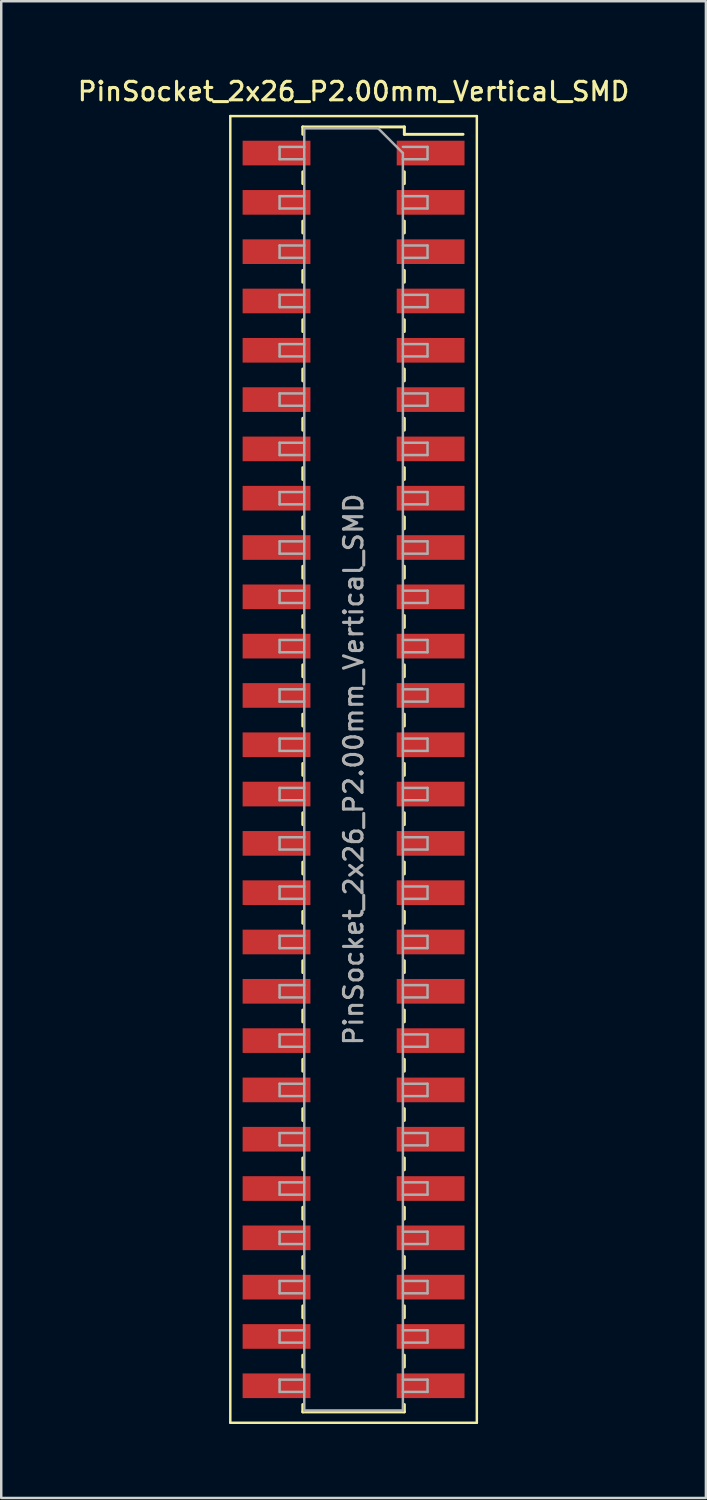
<source format=kicad_pcb>
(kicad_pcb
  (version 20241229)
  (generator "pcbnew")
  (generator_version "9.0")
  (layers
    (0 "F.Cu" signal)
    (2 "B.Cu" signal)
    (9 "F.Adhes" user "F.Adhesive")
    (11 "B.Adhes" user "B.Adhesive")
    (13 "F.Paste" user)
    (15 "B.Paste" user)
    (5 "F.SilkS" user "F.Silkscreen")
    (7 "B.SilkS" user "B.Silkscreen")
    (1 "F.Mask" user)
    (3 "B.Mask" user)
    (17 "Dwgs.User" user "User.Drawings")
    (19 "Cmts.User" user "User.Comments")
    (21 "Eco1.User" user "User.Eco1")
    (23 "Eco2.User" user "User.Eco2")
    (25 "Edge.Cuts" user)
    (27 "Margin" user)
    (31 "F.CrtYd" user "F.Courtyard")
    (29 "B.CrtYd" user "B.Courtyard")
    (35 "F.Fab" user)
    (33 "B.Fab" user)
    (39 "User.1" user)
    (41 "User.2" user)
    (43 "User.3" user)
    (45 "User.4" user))
  (footprint "PinSocket_2x26_P2.00mm_Vertical_SMD"
    (layer "F.Cu")
    (at 11.291 28.158)
    (property "Reference" "PinSocket_2x26_P2.00mm_Vertical_SMD" (at 0 -27.5 0) (layer "F.SilkS") (effects (font (size 0.75 0.75) (thickness 0.125))))
    (attr smd)
    (fp_line (start -5 -26.5) (end 5 -26.5) (stroke (width 0.1) (type solid)) (layer "F.SilkS"))
    (fp_line (start -5 26.5) (end -5 -26.5) (stroke (width 0.1) (type solid)) (layer "F.SilkS"))
    (fp_line (start -2.06 -26.06) (end -2.06 -25.76) (stroke (width 0.12) (type solid)) (layer "F.SilkS"))
    (fp_line (start -2.06 -26.06) (end 2.06 -26.06) (stroke (width 0.12) (type solid)) (layer "F.SilkS"))
    (fp_line (start -2.06 -24.24) (end -2.06 -23.76) (stroke (width 0.12) (type solid)) (layer "F.SilkS"))
    (fp_line (start -2.06 -22.24) (end -2.06 -21.76) (stroke (width 0.12) (type solid)) (layer "F.SilkS"))
    (fp_line (start -2.06 -20.24) (end -2.06 -19.76) (stroke (width 0.12) (type solid)) (layer "F.SilkS"))
    (fp_line (start -2.06 -18.24) (end -2.06 -17.76) (stroke (width 0.12) (type solid)) (layer "F.SilkS"))
    (fp_line (start -2.06 -16.24) (end -2.06 -15.76) (stroke (width 0.12) (type solid)) (layer "F.SilkS"))
    (fp_line (start -2.06 -14.24) (end -2.06 -13.76) (stroke (width 0.12) (type solid)) (layer "F.SilkS"))
    (fp_line (start -2.06 -12.24) (end -2.06 -11.76) (stroke (width 0.12) (type solid)) (layer "F.SilkS"))
    (fp_line (start -2.06 -10.24) (end -2.06 -9.76) (stroke (width 0.12) (type solid)) (layer "F.SilkS"))
    (fp_line (start -2.06 -8.24) (end -2.06 -7.76) (stroke (width 0.12) (type solid)) (layer "F.SilkS"))
    (fp_line (start -2.06 -6.24) (end -2.06 -5.76) (stroke (width 0.12) (type solid)) (layer "F.SilkS"))
    (fp_line (start -2.06 -4.24) (end -2.06 -3.76) (stroke (width 0.12) (type solid)) (layer "F.SilkS"))
    (fp_line (start -2.06 -2.24) (end -2.06 -1.76) (stroke (width 0.12) (type solid)) (layer "F.SilkS"))
    (fp_line (start -2.06 -0.24) (end -2.06 0.24) (stroke (width 0.12) (type solid)) (layer "F.SilkS"))
    (fp_line (start -2.06 1.76) (end -2.06 2.24) (stroke (width 0.12) (type solid)) (layer "F.SilkS"))
    (fp_line (start -2.06 3.76) (end -2.06 4.24) (stroke (width 0.12) (type solid)) (layer "F.SilkS"))
    (fp_line (start -2.06 5.76) (end -2.06 6.24) (stroke (width 0.12) (type solid)) (layer "F.SilkS"))
    (fp_line (start -2.06 7.76) (end -2.06 8.24) (stroke (width 0.12) (type solid)) (layer "F.SilkS"))
    (fp_line (start -2.06 9.76) (end -2.06 10.24) (stroke (width 0.12) (type solid)) (layer "F.SilkS"))
    (fp_line (start -2.06 11.76) (end -2.06 12.24) (stroke (width 0.12) (type solid)) (layer "F.SilkS"))
    (fp_line (start -2.06 13.76) (end -2.06 14.24) (stroke (width 0.12) (type solid)) (layer "F.SilkS"))
    (fp_line (start -2.06 15.76) (end -2.06 16.24) (stroke (width 0.12) (type solid)) (layer "F.SilkS"))
    (fp_line (start -2.06 17.76) (end -2.06 18.24) (stroke (width 0.12) (type solid)) (layer "F.SilkS"))
    (fp_line (start -2.06 19.76) (end -2.06 20.24) (stroke (width 0.12) (type solid)) (layer "F.SilkS"))
    (fp_line (start -2.06 21.76) (end -2.06 22.24) (stroke (width 0.12) (type solid)) (layer "F.SilkS"))
    (fp_line (start -2.06 23.76) (end -2.06 24.24) (stroke (width 0.12) (type solid)) (layer "F.SilkS"))
    (fp_line (start -2.06 25.76) (end -2.06 26.06) (stroke (width 0.12) (type solid)) (layer "F.SilkS"))
    (fp_line (start -2.06 26.06) (end 2.06 26.06) (stroke (width 0.12) (type solid)) (layer "F.SilkS"))
    (fp_line (start 2.06 -26.06) (end 2.06 -25.76) (stroke (width 0.12) (type solid)) (layer "F.SilkS"))
    (fp_line (start 2.06 -25.76) (end 4.44 -25.76) (stroke (width 0.12) (type solid)) (layer "F.SilkS"))
    (fp_line (start 2.06 -24.24) (end 2.06 -23.76) (stroke (width 0.12) (type solid)) (layer "F.SilkS"))
    (fp_line (start 2.06 -22.24) (end 2.06 -21.76) (stroke (width 0.12) (type solid)) (layer "F.SilkS"))
    (fp_line (start 2.06 -20.24) (end 2.06 -19.76) (stroke (width 0.12) (type solid)) (layer "F.SilkS"))
    (fp_line (start 2.06 -18.24) (end 2.06 -17.76) (stroke (width 0.12) (type solid)) (layer "F.SilkS"))
    (fp_line (start 2.06 -16.24) (end 2.06 -15.76) (stroke (width 0.12) (type solid)) (layer "F.SilkS"))
    (fp_line (start 2.06 -14.24) (end 2.06 -13.76) (stroke (width 0.12) (type solid)) (layer "F.SilkS"))
    (fp_line (start 2.06 -12.24) (end 2.06 -11.76) (stroke (width 0.12) (type solid)) (layer "F.SilkS"))
    (fp_line (start 2.06 -10.24) (end 2.06 -9.76) (stroke (width 0.12) (type solid)) (layer "F.SilkS"))
    (fp_line (start 2.06 -8.24) (end 2.06 -7.76) (stroke (width 0.12) (type solid)) (layer "F.SilkS"))
    (fp_line (start 2.06 -6.24) (end 2.06 -5.76) (stroke (width 0.12) (type solid)) (layer "F.SilkS"))
    (fp_line (start 2.06 -4.24) (end 2.06 -3.76) (stroke (width 0.12) (type solid)) (layer "F.SilkS"))
    (fp_line (start 2.06 -2.24) (end 2.06 -1.76) (stroke (width 0.12) (type solid)) (layer "F.SilkS"))
    (fp_line (start 2.06 -0.24) (end 2.06 0.24) (stroke (width 0.12) (type solid)) (layer "F.SilkS"))
    (fp_line (start 2.06 1.76) (end 2.06 2.24) (stroke (width 0.12) (type solid)) (layer "F.SilkS"))
    (fp_line (start 2.06 3.76) (end 2.06 4.24) (stroke (width 0.12) (type solid)) (layer "F.SilkS"))
    (fp_line (start 2.06 5.76) (end 2.06 6.24) (stroke (width 0.12) (type solid)) (layer "F.SilkS"))
    (fp_line (start 2.06 7.76) (end 2.06 8.24) (stroke (width 0.12) (type solid)) (layer "F.SilkS"))
    (fp_line (start 2.06 9.76) (end 2.06 10.24) (stroke (width 0.12) (type solid)) (layer "F.SilkS"))
    (fp_line (start 2.06 11.76) (end 2.06 12.24) (stroke (width 0.12) (type solid)) (layer "F.SilkS"))
    (fp_line (start 2.06 13.76) (end 2.06 14.24) (stroke (width 0.12) (type solid)) (layer "F.SilkS"))
    (fp_line (start 2.06 15.76) (end 2.06 16.24) (stroke (width 0.12) (type solid)) (layer "F.SilkS"))
    (fp_line (start 2.06 17.76) (end 2.06 18.24) (stroke (width 0.12) (type solid)) (layer "F.SilkS"))
    (fp_line (start 2.06 19.76) (end 2.06 20.24) (stroke (width 0.12) (type solid)) (layer "F.SilkS"))
    (fp_line (start 2.06 21.76) (end 2.06 22.24) (stroke (width 0.12) (type solid)) (layer "F.SilkS"))
    (fp_line (start 2.06 23.76) (end 2.06 24.24) (stroke (width 0.12) (type solid)) (layer "F.SilkS"))
    (fp_line (start 2.06 25.76) (end 2.06 26.06) (stroke (width 0.12) (type solid)) (layer "F.SilkS"))
    (fp_line (start 5 -26.5) (end 5 26.5) (stroke (width 0.1) (type solid)) (layer "F.SilkS"))
    (fp_line (start 5 26.5) (end -5 26.5) (stroke (width 0.1) (type solid)) (layer "F.SilkS"))
    (fp_line (start -3 -25.25) (end -2 -25.25) (stroke (width 0.1) (type solid)) (layer "F.Fab"))
    (fp_line (start -3 -24.75) (end -3 -25.25) (stroke (width 0.1) (type solid)) (layer "F.Fab"))
    (fp_line (start -3 -23.25) (end -2 -23.25) (stroke (width 0.1) (type solid)) (layer "F.Fab"))
    (fp_line (start -3 -22.75) (end -3 -23.25) (stroke (width 0.1) (type solid)) (layer "F.Fab"))
    (fp_line (start -3 -21.25) (end -2 -21.25) (stroke (width 0.1) (type solid)) (layer "F.Fab"))
    (fp_line (start -3 -20.75) (end -3 -21.25) (stroke (width 0.1) (type solid)) (layer "F.Fab"))
    (fp_line (start -3 -19.25) (end -2 -19.25) (stroke (width 0.1) (type solid)) (layer "F.Fab"))
    (fp_line (start -3 -18.75) (end -3 -19.25) (stroke (width 0.1) (type solid)) (layer "F.Fab"))
    (fp_line (start -3 -17.25) (end -2 -17.25) (stroke (width 0.1) (type solid)) (layer "F.Fab"))
    (fp_line (start -3 -16.75) (end -3 -17.25) (stroke (width 0.1) (type solid)) (layer "F.Fab"))
    (fp_line (start -3 -15.25) (end -2 -15.25) (stroke (width 0.1) (type solid)) (layer "F.Fab"))
    (fp_line (start -3 -14.75) (end -3 -15.25) (stroke (width 0.1) (type solid)) (layer "F.Fab"))
    (fp_line (start -3 -13.25) (end -2 -13.25) (stroke (width 0.1) (type solid)) (layer "F.Fab"))
    (fp_line (start -3 -12.75) (end -3 -13.25) (stroke (width 0.1) (type solid)) (layer "F.Fab"))
    (fp_line (start -3 -11.25) (end -2 -11.25) (stroke (width 0.1) (type solid)) (layer "F.Fab"))
    (fp_line (start -3 -10.75) (end -3 -11.25) (stroke (width 0.1) (type solid)) (layer "F.Fab"))
    (fp_line (start -3 -9.25) (end -2 -9.25) (stroke (width 0.1) (type solid)) (layer "F.Fab"))
    (fp_line (start -3 -8.75) (end -3 -9.25) (stroke (width 0.1) (type solid)) (layer "F.Fab"))
    (fp_line (start -3 -7.25) (end -2 -7.25) (stroke (width 0.1) (type solid)) (layer "F.Fab"))
    (fp_line (start -3 -6.75) (end -3 -7.25) (stroke (width 0.1) (type solid)) (layer "F.Fab"))
    (fp_line (start -3 -5.25) (end -2 -5.25) (stroke (width 0.1) (type solid)) (layer "F.Fab"))
    (fp_line (start -3 -4.75) (end -3 -5.25) (stroke (width 0.1) (type solid)) (layer "F.Fab"))
    (fp_line (start -3 -3.25) (end -2 -3.25) (stroke (width 0.1) (type solid)) (layer "F.Fab"))
    (fp_line (start -3 -2.75) (end -3 -3.25) (stroke (width 0.1) (type solid)) (layer "F.Fab"))
    (fp_line (start -3 -1.25) (end -2 -1.25) (stroke (width 0.1) (type solid)) (layer "F.Fab"))
    (fp_line (start -3 -0.75) (end -3 -1.25) (stroke (width 0.1) (type solid)) (layer "F.Fab"))
    (fp_line (start -3 0.75) (end -2 0.75) (stroke (width 0.1) (type solid)) (layer "F.Fab"))
    (fp_line (start -3 1.25) (end -3 0.75) (stroke (width 0.1) (type solid)) (layer "F.Fab"))
    (fp_line (start -3 2.75) (end -2 2.75) (stroke (width 0.1) (type solid)) (layer "F.Fab"))
    (fp_line (start -3 3.25) (end -3 2.75) (stroke (width 0.1) (type solid)) (layer "F.Fab"))
    (fp_line (start -3 4.75) (end -2 4.75) (stroke (width 0.1) (type solid)) (layer "F.Fab"))
    (fp_line (start -3 5.25) (end -3 4.75) (stroke (width 0.1) (type solid)) (layer "F.Fab"))
    (fp_line (start -3 6.75) (end -2 6.75) (stroke (width 0.1) (type solid)) (layer "F.Fab"))
    (fp_line (start -3 7.25) (end -3 6.75) (stroke (width 0.1) (type solid)) (layer "F.Fab"))
    (fp_line (start -3 8.75) (end -2 8.75) (stroke (width 0.1) (type solid)) (layer "F.Fab"))
    (fp_line (start -3 9.25) (end -3 8.75) (stroke (width 0.1) (type solid)) (layer "F.Fab"))
    (fp_line (start -3 10.75) (end -2 10.75) (stroke (width 0.1) (type solid)) (layer "F.Fab"))
    (fp_line (start -3 11.25) (end -3 10.75) (stroke (width 0.1) (type solid)) (layer "F.Fab"))
    (fp_line (start -3 12.75) (end -2 12.75) (stroke (width 0.1) (type solid)) (layer "F.Fab"))
    (fp_line (start -3 13.25) (end -3 12.75) (stroke (width 0.1) (type solid)) (layer "F.Fab"))
    (fp_line (start -3 14.75) (end -2 14.75) (stroke (width 0.1) (type solid)) (layer "F.Fab"))
    (fp_line (start -3 15.25) (end -3 14.75) (stroke (width 0.1) (type solid)) (layer "F.Fab"))
    (fp_line (start -3 16.75) (end -2 16.75) (stroke (width 0.1) (type solid)) (layer "F.Fab"))
    (fp_line (start -3 17.25) (end -3 16.75) (stroke (width 0.1) (type solid)) (layer "F.Fab"))
    (fp_line (start -3 18.75) (end -2 18.75) (stroke (width 0.1) (type solid)) (layer "F.Fab"))
    (fp_line (start -3 19.25) (end -3 18.75) (stroke (width 0.1) (type solid)) (layer "F.Fab"))
    (fp_line (start -3 20.75) (end -2 20.75) (stroke (width 0.1) (type solid)) (layer "F.Fab"))
    (fp_line (start -3 21.25) (end -3 20.75) (stroke (width 0.1) (type solid)) (layer "F.Fab"))
    (fp_line (start -3 22.75) (end -2 22.75) (stroke (width 0.1) (type solid)) (layer "F.Fab"))
    (fp_line (start -3 23.25) (end -3 22.75) (stroke (width 0.1) (type solid)) (layer "F.Fab"))
    (fp_line (start -3 24.75) (end -2 24.75) (stroke (width 0.1) (type solid)) (layer "F.Fab"))
    (fp_line (start -3 25.25) (end -3 24.75) (stroke (width 0.1) (type solid)) (layer "F.Fab"))
    (fp_line (start -2 -26) (end 1 -26) (stroke (width 0.1) (type solid)) (layer "F.Fab"))
    (fp_line (start -2 -24.75) (end -3 -24.75) (stroke (width 0.1) (type solid)) (layer "F.Fab"))
    (fp_line (start -2 -22.75) (end -3 -22.75) (stroke (width 0.1) (type solid)) (layer "F.Fab"))
    (fp_line (start -2 -20.75) (end -3 -20.75) (stroke (width 0.1) (type solid)) (layer "F.Fab"))
    (fp_line (start -2 -18.75) (end -3 -18.75) (stroke (width 0.1) (type solid)) (layer "F.Fab"))
    (fp_line (start -2 -16.75) (end -3 -16.75) (stroke (width 0.1) (type solid)) (layer "F.Fab"))
    (fp_line (start -2 -14.75) (end -3 -14.75) (stroke (width 0.1) (type solid)) (layer "F.Fab"))
    (fp_line (start -2 -12.75) (end -3 -12.75) (stroke (width 0.1) (type solid)) (layer "F.Fab"))
    (fp_line (start -2 -10.75) (end -3 -10.75) (stroke (width 0.1) (type solid)) (layer "F.Fab"))
    (fp_line (start -2 -8.75) (end -3 -8.75) (stroke (width 0.1) (type solid)) (layer "F.Fab"))
    (fp_line (start -2 -6.75) (end -3 -6.75) (stroke (width 0.1) (type solid)) (layer "F.Fab"))
    (fp_line (start -2 -4.75) (end -3 -4.75) (stroke (width 0.1) (type solid)) (layer "F.Fab"))
    (fp_line (start -2 -2.75) (end -3 -2.75) (stroke (width 0.1) (type solid)) (layer "F.Fab"))
    (fp_line (start -2 -0.75) (end -3 -0.75) (stroke (width 0.1) (type solid)) (layer "F.Fab"))
    (fp_line (start -2 1.25) (end -3 1.25) (stroke (width 0.1) (type solid)) (layer "F.Fab"))
    (fp_line (start -2 3.25) (end -3 3.25) (stroke (width 0.1) (type solid)) (layer "F.Fab"))
    (fp_line (start -2 5.25) (end -3 5.25) (stroke (width 0.1) (type solid)) (layer "F.Fab"))
    (fp_line (start -2 7.25) (end -3 7.25) (stroke (width 0.1) (type solid)) (layer "F.Fab"))
    (fp_line (start -2 9.25) (end -3 9.25) (stroke (width 0.1) (type solid)) (layer "F.Fab"))
    (fp_line (start -2 11.25) (end -3 11.25) (stroke (width 0.1) (type solid)) (layer "F.Fab"))
    (fp_line (start -2 13.25) (end -3 13.25) (stroke (width 0.1) (type solid)) (layer "F.Fab"))
    (fp_line (start -2 15.25) (end -3 15.25) (stroke (width 0.1) (type solid)) (layer "F.Fab"))
    (fp_line (start -2 17.25) (end -3 17.25) (stroke (width 0.1) (type solid)) (layer "F.Fab"))
    (fp_line (start -2 19.25) (end -3 19.25) (stroke (width 0.1) (type solid)) (layer "F.Fab"))
    (fp_line (start -2 21.25) (end -3 21.25) (stroke (width 0.1) (type solid)) (layer "F.Fab"))
    (fp_line (start -2 23.25) (end -3 23.25) (stroke (width 0.1) (type solid)) (layer "F.Fab"))
    (fp_line (start -2 25.25) (end -3 25.25) (stroke (width 0.1) (type solid)) (layer "F.Fab"))
    (fp_line (start -2 26) (end -2 -26) (stroke (width 0.1) (type solid)) (layer "F.Fab"))
    (fp_line (start 1 -26) (end 2 -25) (stroke (width 0.1) (type solid)) (layer "F.Fab"))
    (fp_line (start 2 -25.25) (end 3 -25.25) (stroke (width 0.1) (type solid)) (layer "F.Fab"))
    (fp_line (start 2 -25) (end 2 26) (stroke (width 0.1) (type solid)) (layer "F.Fab"))
    (fp_line (start 2 -23.25) (end 3 -23.25) (stroke (width 0.1) (type solid)) (layer "F.Fab"))
    (fp_line (start 2 -21.25) (end 3 -21.25) (stroke (width 0.1) (type solid)) (layer "F.Fab"))
    (fp_line (start 2 -19.25) (end 3 -19.25) (stroke (width 0.1) (type solid)) (layer "F.Fab"))
    (fp_line (start 2 -17.25) (end 3 -17.25) (stroke (width 0.1) (type solid)) (layer "F.Fab"))
    (fp_line (start 2 -15.25) (end 3 -15.25) (stroke (width 0.1) (type solid)) (layer "F.Fab"))
    (fp_line (start 2 -13.25) (end 3 -13.25) (stroke (width 0.1) (type solid)) (layer "F.Fab"))
    (fp_line (start 2 -11.25) (end 3 -11.25) (stroke (width 0.1) (type solid)) (layer "F.Fab"))
    (fp_line (start 2 -9.25) (end 3 -9.25) (stroke (width 0.1) (type solid)) (layer "F.Fab"))
    (fp_line (start 2 -7.25) (end 3 -7.25) (stroke (width 0.1) (type solid)) (layer "F.Fab"))
    (fp_line (start 2 -5.25) (end 3 -5.25) (stroke (width 0.1) (type solid)) (layer "F.Fab"))
    (fp_line (start 2 -3.25) (end 3 -3.25) (stroke (width 0.1) (type solid)) (layer "F.Fab"))
    (fp_line (start 2 -1.25) (end 3 -1.25) (stroke (width 0.1) (type solid)) (layer "F.Fab"))
    (fp_line (start 2 0.75) (end 3 0.75) (stroke (width 0.1) (type solid)) (layer "F.Fab"))
    (fp_line (start 2 2.75) (end 3 2.75) (stroke (width 0.1) (type solid)) (layer "F.Fab"))
    (fp_line (start 2 4.75) (end 3 4.75) (stroke (width 0.1) (type solid)) (layer "F.Fab"))
    (fp_line (start 2 6.75) (end 3 6.75) (stroke (width 0.1) (type solid)) (layer "F.Fab"))
    (fp_line (start 2 8.75) (end 3 8.75) (stroke (width 0.1) (type solid)) (layer "F.Fab"))
    (fp_line (start 2 10.75) (end 3 10.75) (stroke (width 0.1) (type solid)) (layer "F.Fab"))
    (fp_line (start 2 12.75) (end 3 12.75) (stroke (width 0.1) (type solid)) (layer "F.Fab"))
    (fp_line (start 2 14.75) (end 3 14.75) (stroke (width 0.1) (type solid)) (layer "F.Fab"))
    (fp_line (start 2 16.75) (end 3 16.75) (stroke (width 0.1) (type solid)) (layer "F.Fab"))
    (fp_line (start 2 18.75) (end 3 18.75) (stroke (width 0.1) (type solid)) (layer "F.Fab"))
    (fp_line (start 2 20.75) (end 3 20.75) (stroke (width 0.1) (type solid)) (layer "F.Fab"))
    (fp_line (start 2 22.75) (end 3 22.75) (stroke (width 0.1) (type solid)) (layer "F.Fab"))
    (fp_line (start 2 24.75) (end 3 24.75) (stroke (width 0.1) (type solid)) (layer "F.Fab"))
    (fp_line (start 2 26) (end -2 26) (stroke (width 0.1) (type solid)) (layer "F.Fab"))
    (fp_line (start 3 -25.25) (end 3 -24.75) (stroke (width 0.1) (type solid)) (layer "F.Fab"))
    (fp_line (start 3 -24.75) (end 2 -24.75) (stroke (width 0.1) (type solid)) (layer "F.Fab"))
    (fp_line (start 3 -23.25) (end 3 -22.75) (stroke (width 0.1) (type solid)) (layer "F.Fab"))
    (fp_line (start 3 -22.75) (end 2 -22.75) (stroke (width 0.1) (type solid)) (layer "F.Fab"))
    (fp_line (start 3 -21.25) (end 3 -20.75) (stroke (width 0.1) (type solid)) (layer "F.Fab"))
    (fp_line (start 3 -20.75) (end 2 -20.75) (stroke (width 0.1) (type solid)) (layer "F.Fab"))
    (fp_line (start 3 -19.25) (end 3 -18.75) (stroke (width 0.1) (type solid)) (layer "F.Fab"))
    (fp_line (start 3 -18.75) (end 2 -18.75) (stroke (width 0.1) (type solid)) (layer "F.Fab"))
    (fp_line (start 3 -17.25) (end 3 -16.75) (stroke (width 0.1) (type solid)) (layer "F.Fab"))
    (fp_line (start 3 -16.75) (end 2 -16.75) (stroke (width 0.1) (type solid)) (layer "F.Fab"))
    (fp_line (start 3 -15.25) (end 3 -14.75) (stroke (width 0.1) (type solid)) (layer "F.Fab"))
    (fp_line (start 3 -14.75) (end 2 -14.75) (stroke (width 0.1) (type solid)) (layer "F.Fab"))
    (fp_line (start 3 -13.25) (end 3 -12.75) (stroke (width 0.1) (type solid)) (layer "F.Fab"))
    (fp_line (start 3 -12.75) (end 2 -12.75) (stroke (width 0.1) (type solid)) (layer "F.Fab"))
    (fp_line (start 3 -11.25) (end 3 -10.75) (stroke (width 0.1) (type solid)) (layer "F.Fab"))
    (fp_line (start 3 -10.75) (end 2 -10.75) (stroke (width 0.1) (type solid)) (layer "F.Fab"))
    (fp_line (start 3 -9.25) (end 3 -8.75) (stroke (width 0.1) (type solid)) (layer "F.Fab"))
    (fp_line (start 3 -8.75) (end 2 -8.75) (stroke (width 0.1) (type solid)) (layer "F.Fab"))
    (fp_line (start 3 -7.25) (end 3 -6.75) (stroke (width 0.1) (type solid)) (layer "F.Fab"))
    (fp_line (start 3 -6.75) (end 2 -6.75) (stroke (width 0.1) (type solid)) (layer "F.Fab"))
    (fp_line (start 3 -5.25) (end 3 -4.75) (stroke (width 0.1) (type solid)) (layer "F.Fab"))
    (fp_line (start 3 -4.75) (end 2 -4.75) (stroke (width 0.1) (type solid)) (layer "F.Fab"))
    (fp_line (start 3 -3.25) (end 3 -2.75) (stroke (width 0.1) (type solid)) (layer "F.Fab"))
    (fp_line (start 3 -2.75) (end 2 -2.75) (stroke (width 0.1) (type solid)) (layer "F.Fab"))
    (fp_line (start 3 -1.25) (end 3 -0.75) (stroke (width 0.1) (type solid)) (layer "F.Fab"))
    (fp_line (start 3 -0.75) (end 2 -0.75) (stroke (width 0.1) (type solid)) (layer "F.Fab"))
    (fp_line (start 3 0.75) (end 3 1.25) (stroke (width 0.1) (type solid)) (layer "F.Fab"))
    (fp_line (start 3 1.25) (end 2 1.25) (stroke (width 0.1) (type solid)) (layer "F.Fab"))
    (fp_line (start 3 2.75) (end 3 3.25) (stroke (width 0.1) (type solid)) (layer "F.Fab"))
    (fp_line (start 3 3.25) (end 2 3.25) (stroke (width 0.1) (type solid)) (layer "F.Fab"))
    (fp_line (start 3 4.75) (end 3 5.25) (stroke (width 0.1) (type solid)) (layer "F.Fab"))
    (fp_line (start 3 5.25) (end 2 5.25) (stroke (width 0.1) (type solid)) (layer "F.Fab"))
    (fp_line (start 3 6.75) (end 3 7.25) (stroke (width 0.1) (type solid)) (layer "F.Fab"))
    (fp_line (start 3 7.25) (end 2 7.25) (stroke (width 0.1) (type solid)) (layer "F.Fab"))
    (fp_line (start 3 8.75) (end 3 9.25) (stroke (width 0.1) (type solid)) (layer "F.Fab"))
    (fp_line (start 3 9.25) (end 2 9.25) (stroke (width 0.1) (type solid)) (layer "F.Fab"))
    (fp_line (start 3 10.75) (end 3 11.25) (stroke (width 0.1) (type solid)) (layer "F.Fab"))
    (fp_line (start 3 11.25) (end 2 11.25) (stroke (width 0.1) (type solid)) (layer "F.Fab"))
    (fp_line (start 3 12.75) (end 3 13.25) (stroke (width 0.1) (type solid)) (layer "F.Fab"))
    (fp_line (start 3 13.25) (end 2 13.25) (stroke (width 0.1) (type solid)) (layer "F.Fab"))
    (fp_line (start 3 14.75) (end 3 15.25) (stroke (width 0.1) (type solid)) (layer "F.Fab"))
    (fp_line (start 3 15.25) (end 2 15.25) (stroke (width 0.1) (type solid)) (layer "F.Fab"))
    (fp_line (start 3 16.75) (end 3 17.25) (stroke (width 0.1) (type solid)) (layer "F.Fab"))
    (fp_line (start 3 17.25) (end 2 17.25) (stroke (width 0.1) (type solid)) (layer "F.Fab"))
    (fp_line (start 3 18.75) (end 3 19.25) (stroke (width 0.1) (type solid)) (layer "F.Fab"))
    (fp_line (start 3 19.25) (end 2 19.25) (stroke (width 0.1) (type solid)) (layer "F.Fab"))
    (fp_line (start 3 20.75) (end 3 21.25) (stroke (width 0.1) (type solid)) (layer "F.Fab"))
    (fp_line (start 3 21.25) (end 2 21.25) (stroke (width 0.1) (type solid)) (layer "F.Fab"))
    (fp_line (start 3 22.75) (end 3 23.25) (stroke (width 0.1) (type solid)) (layer "F.Fab"))
    (fp_line (start 3 23.25) (end 2 23.25) (stroke (width 0.1) (type solid)) (layer "F.Fab"))
    (fp_line (start 3 24.75) (end 3 25.25) (stroke (width 0.1) (type solid)) (layer "F.Fab"))
    (fp_line (start 3 25.25) (end 2 25.25) (stroke (width 0.1) (type solid)) (layer "F.Fab"))
    (fp_text user "${REFERENCE}" (at 0 0 90) (layer "F.Fab") (effects (font (size 0.75 0.75) (thickness 0.125))))
    (pad "1" smd rect (at 3.125 -25) (size 2.75 1) (layers "F.Cu" "F.Mask" "F.Paste"))
    (pad "2" smd rect (at -3.125 -25) (size 2.75 1) (layers "F.Cu" "F.Mask" "F.Paste"))
    (pad "3" smd rect (at 3.125 -23) (size 2.75 1) (layers "F.Cu" "F.Mask" "F.Paste"))
    (pad "4" smd rect (at -3.125 -23) (size 2.75 1) (layers "F.Cu" "F.Mask" "F.Paste"))
    (pad "5" smd rect (at 3.125 -21) (size 2.75 1) (layers "F.Cu" "F.Mask" "F.Paste"))
    (pad "6" smd rect (at -3.125 -21) (size 2.75 1) (layers "F.Cu" "F.Mask" "F.Paste"))
    (pad "7" smd rect (at 3.125 -19) (size 2.75 1) (layers "F.Cu" "F.Mask" "F.Paste"))
    (pad "8" smd rect (at -3.125 -19) (size 2.75 1) (layers "F.Cu" "F.Mask" "F.Paste"))
    (pad "9" smd rect (at 3.125 -17) (size 2.75 1) (layers "F.Cu" "F.Mask" "F.Paste"))
    (pad "10" smd rect (at -3.125 -17) (size 2.75 1) (layers "F.Cu" "F.Mask" "F.Paste"))
    (pad "11" smd rect (at 3.125 -15) (size 2.75 1) (layers "F.Cu" "F.Mask" "F.Paste"))
    (pad "12" smd rect (at -3.125 -15) (size 2.75 1) (layers "F.Cu" "F.Mask" "F.Paste"))
    (pad "13" smd rect (at 3.125 -13) (size 2.75 1) (layers "F.Cu" "F.Mask" "F.Paste"))
    (pad "14" smd rect (at -3.125 -13) (size 2.75 1) (layers "F.Cu" "F.Mask" "F.Paste"))
    (pad "15" smd rect (at 3.125 -11) (size 2.75 1) (layers "F.Cu" "F.Mask" "F.Paste"))
    (pad "16" smd rect (at -3.125 -11) (size 2.75 1) (layers "F.Cu" "F.Mask" "F.Paste"))
    (pad "17" smd rect (at 3.125 -9) (size 2.75 1) (layers "F.Cu" "F.Mask" "F.Paste"))
    (pad "18" smd rect (at -3.125 -9) (size 2.75 1) (layers "F.Cu" "F.Mask" "F.Paste"))
    (pad "19" smd rect (at 3.125 -7) (size 2.75 1) (layers "F.Cu" "F.Mask" "F.Paste"))
    (pad "20" smd rect (at -3.125 -7) (size 2.75 1) (layers "F.Cu" "F.Mask" "F.Paste"))
    (pad "21" smd rect (at 3.125 -5) (size 2.75 1) (layers "F.Cu" "F.Mask" "F.Paste"))
    (pad "22" smd rect (at -3.125 -5) (size 2.75 1) (layers "F.Cu" "F.Mask" "F.Paste"))
    (pad "23" smd rect (at 3.125 -3) (size 2.75 1) (layers "F.Cu" "F.Mask" "F.Paste"))
    (pad "24" smd rect (at -3.125 -3) (size 2.75 1) (layers "F.Cu" "F.Mask" "F.Paste"))
    (pad "25" smd rect (at 3.125 -1) (size 2.75 1) (layers "F.Cu" "F.Mask" "F.Paste"))
    (pad "26" smd rect (at -3.125 -1) (size 2.75 1) (layers "F.Cu" "F.Mask" "F.Paste"))
    (pad "27" smd rect (at 3.125 1) (size 2.75 1) (layers "F.Cu" "F.Mask" "F.Paste"))
    (pad "28" smd rect (at -3.125 1) (size 2.75 1) (layers "F.Cu" "F.Mask" "F.Paste"))
    (pad "29" smd rect (at 3.125 3) (size 2.75 1) (layers "F.Cu" "F.Mask" "F.Paste"))
    (pad "30" smd rect (at -3.125 3) (size 2.75 1) (layers "F.Cu" "F.Mask" "F.Paste"))
    (pad "31" smd rect (at 3.125 5) (size 2.75 1) (layers "F.Cu" "F.Mask" "F.Paste"))
    (pad "32" smd rect (at -3.125 5) (size 2.75 1) (layers "F.Cu" "F.Mask" "F.Paste"))
    (pad "33" smd rect (at 3.125 7) (size 2.75 1) (layers "F.Cu" "F.Mask" "F.Paste"))
    (pad "34" smd rect (at -3.125 7) (size 2.75 1) (layers "F.Cu" "F.Mask" "F.Paste"))
    (pad "35" smd rect (at 3.125 9) (size 2.75 1) (layers "F.Cu" "F.Mask" "F.Paste"))
    (pad "36" smd rect (at -3.125 9) (size 2.75 1) (layers "F.Cu" "F.Mask" "F.Paste"))
    (pad "37" smd rect (at 3.125 11) (size 2.75 1) (layers "F.Cu" "F.Mask" "F.Paste"))
    (pad "38" smd rect (at -3.125 11) (size 2.75 1) (layers "F.Cu" "F.Mask" "F.Paste"))
    (pad "39" smd rect (at 3.125 13) (size 2.75 1) (layers "F.Cu" "F.Mask" "F.Paste"))
    (pad "40" smd rect (at -3.125 13) (size 2.75 1) (layers "F.Cu" "F.Mask" "F.Paste"))
    (pad "41" smd rect (at 3.125 15) (size 2.75 1) (layers "F.Cu" "F.Mask" "F.Paste"))
    (pad "42" smd rect (at -3.125 15) (size 2.75 1) (layers "F.Cu" "F.Mask" "F.Paste"))
    (pad "43" smd rect (at 3.125 17) (size 2.75 1) (layers "F.Cu" "F.Mask" "F.Paste"))
    (pad "44" smd rect (at -3.125 17) (size 2.75 1) (layers "F.Cu" "F.Mask" "F.Paste"))
    (pad "45" smd rect (at 3.125 19) (size 2.75 1) (layers "F.Cu" "F.Mask" "F.Paste"))
    (pad "46" smd rect (at -3.125 19) (size 2.75 1) (layers "F.Cu" "F.Mask" "F.Paste"))
    (pad "47" smd rect (at 3.125 21) (size 2.75 1) (layers "F.Cu" "F.Mask" "F.Paste"))
    (pad "48" smd rect (at -3.125 21) (size 2.75 1) (layers "F.Cu" "F.Mask" "F.Paste"))
    (pad "49" smd rect (at 3.125 23) (size 2.75 1) (layers "F.Cu" "F.Mask" "F.Paste"))
    (pad "50" smd rect (at -3.125 23) (size 2.75 1) (layers "F.Cu" "F.Mask" "F.Paste"))
    (pad "51" smd rect (at 3.125 25) (size 2.75 1) (layers "F.Cu" "F.Mask" "F.Paste"))
    (pad "52" smd rect (at -3.125 25) (size 2.75 1) (layers "F.Cu" "F.Mask" "F.Paste")))
  (gr_rect
    (start -3 -3)
    (end 25.582 57.708)
    (stroke (width 0.1) (type default))
    (fill no)
    (layer "Edge.Cuts")))
</source>
